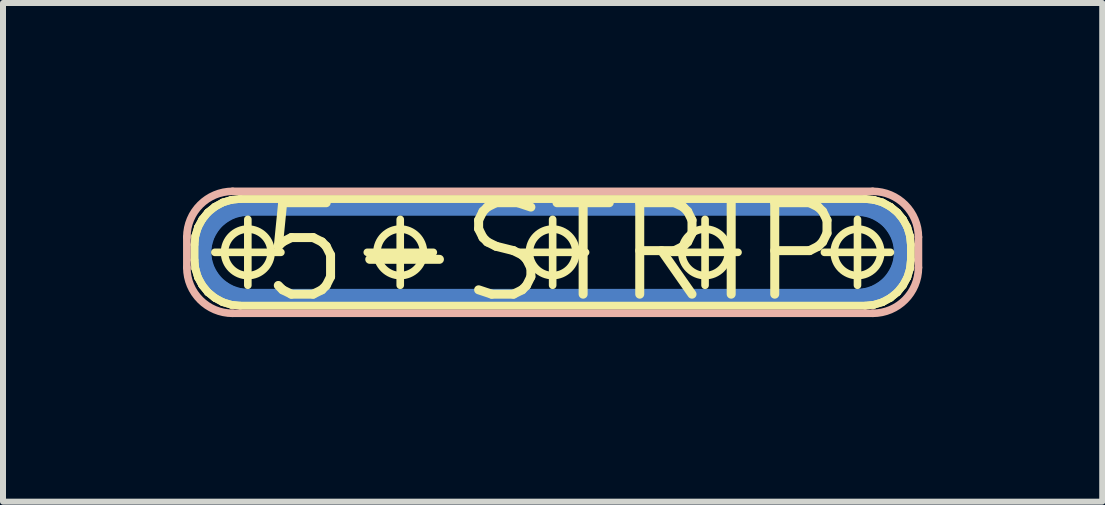
<source format=kicad_pcb>
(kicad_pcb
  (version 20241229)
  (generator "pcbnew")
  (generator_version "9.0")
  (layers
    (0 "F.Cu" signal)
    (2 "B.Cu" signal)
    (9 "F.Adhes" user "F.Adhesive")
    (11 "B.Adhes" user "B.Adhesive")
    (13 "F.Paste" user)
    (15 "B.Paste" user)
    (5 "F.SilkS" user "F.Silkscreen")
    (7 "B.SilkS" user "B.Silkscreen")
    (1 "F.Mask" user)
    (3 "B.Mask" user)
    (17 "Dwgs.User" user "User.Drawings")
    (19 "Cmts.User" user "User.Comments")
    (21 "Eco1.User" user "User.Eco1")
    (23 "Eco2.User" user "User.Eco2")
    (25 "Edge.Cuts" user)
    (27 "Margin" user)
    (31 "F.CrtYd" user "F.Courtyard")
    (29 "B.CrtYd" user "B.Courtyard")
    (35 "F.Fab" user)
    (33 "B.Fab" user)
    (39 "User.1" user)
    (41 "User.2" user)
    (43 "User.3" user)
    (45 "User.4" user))
  (footprint "5-STRIP"
    (layer "F.Cu")
    (at 6.16 1.155)
    (property "Reference" "5-STRIP" (at 0 0 0) (layer "F.SilkS") (effects (font (size 1.524 1.524) (thickness 0.15))))
    (attr exclude_from_pos_files exclude_from_bom)
    (fp_line (start -5.842 0) (end -5.827 -0.147) (stroke (width 0.305) (type solid)) (layer "B.Cu"))
    (fp_line (start -5.827 -0.147) (end -5.784 -0.29) (stroke (width 0.305) (type solid)) (layer "B.Cu"))
    (fp_line (start -5.827 0.147) (end -5.842 0) (stroke (width 0.305) (type solid)) (layer "B.Cu"))
    (fp_line (start -5.784 -0.29) (end -5.712 -0.422) (stroke (width 0.305) (type solid)) (layer "B.Cu"))
    (fp_line (start -5.784 0.29) (end -5.827 0.147) (stroke (width 0.305) (type solid)) (layer "B.Cu"))
    (fp_line (start -5.712 -0.422) (end -5.618 -0.538) (stroke (width 0.305) (type solid)) (layer "B.Cu"))
    (fp_line (start -5.712 0.422) (end -5.784 0.29) (stroke (width 0.305) (type solid)) (layer "B.Cu"))
    (fp_line (start -5.618 -0.538) (end -5.502 -0.632) (stroke (width 0.305) (type solid)) (layer "B.Cu"))
    (fp_line (start -5.618 0.538) (end -5.712 0.422) (stroke (width 0.305) (type solid)) (layer "B.Cu"))
    (fp_line (start -5.502 -0.632) (end -5.37 -0.704) (stroke (width 0.305) (type solid)) (layer "B.Cu"))
    (fp_line (start -5.502 0.632) (end -5.618 0.538) (stroke (width 0.305) (type solid)) (layer "B.Cu"))
    (fp_line (start -5.37 -0.704) (end -5.227 -0.747) (stroke (width 0.305) (type solid)) (layer "B.Cu"))
    (fp_line (start -5.37 0.704) (end -5.502 0.632) (stroke (width 0.305) (type solid)) (layer "B.Cu"))
    (fp_line (start -5.227 -0.747) (end -5.08 -0.762) (stroke (width 0.305) (type solid)) (layer "B.Cu"))
    (fp_line (start -5.227 0.747) (end -5.37 0.704) (stroke (width 0.305) (type solid)) (layer "B.Cu"))
    (fp_line (start -5.08 -0.762) (end 5.08 -0.762) (stroke (width 0.305) (type solid)) (layer "B.Cu"))
    (fp_line (start -5.08 0.762) (end -5.227 0.747) (stroke (width 0.305) (type solid)) (layer "B.Cu"))
    (fp_line (start 5.08 -0.762) (end 5.227 -0.747) (stroke (width 0.305) (type solid)) (layer "B.Cu"))
    (fp_line (start 5.08 0.762) (end -5.08 0.762) (stroke (width 0.305) (type solid)) (layer "B.Cu"))
    (fp_line (start 5.227 -0.747) (end 5.37 -0.704) (stroke (width 0.305) (type solid)) (layer "B.Cu"))
    (fp_line (start 5.227 0.747) (end 5.08 0.762) (stroke (width 0.305) (type solid)) (layer "B.Cu"))
    (fp_line (start 5.37 -0.704) (end 5.502 -0.632) (stroke (width 0.305) (type solid)) (layer "B.Cu"))
    (fp_line (start 5.37 0.704) (end 5.227 0.747) (stroke (width 0.305) (type solid)) (layer "B.Cu"))
    (fp_line (start 5.502 -0.632) (end 5.618 -0.538) (stroke (width 0.305) (type solid)) (layer "B.Cu"))
    (fp_line (start 5.502 0.632) (end 5.37 0.704) (stroke (width 0.305) (type solid)) (layer "B.Cu"))
    (fp_line (start 5.618 -0.538) (end 5.712 -0.422) (stroke (width 0.305) (type solid)) (layer "B.Cu"))
    (fp_line (start 5.618 0.538) (end 5.502 0.632) (stroke (width 0.305) (type solid)) (layer "B.Cu"))
    (fp_line (start 5.712 -0.422) (end 5.784 -0.29) (stroke (width 0.305) (type solid)) (layer "B.Cu"))
    (fp_line (start 5.712 0.422) (end 5.618 0.538) (stroke (width 0.305) (type solid)) (layer "B.Cu"))
    (fp_line (start 5.784 -0.29) (end 5.827 -0.147) (stroke (width 0.305) (type solid)) (layer "B.Cu"))
    (fp_line (start 5.784 0.29) (end 5.712 0.422) (stroke (width 0.305) (type solid)) (layer "B.Cu"))
    (fp_line (start 5.827 -0.147) (end 5.842 0) (stroke (width 0.305) (type solid)) (layer "B.Cu"))
    (fp_line (start 5.827 0.147) (end 5.784 0.29) (stroke (width 0.305) (type solid)) (layer "B.Cu"))
    (fp_line (start 5.842 0) (end 5.827 0.147) (stroke (width 0.305) (type solid)) (layer "B.Cu"))
    (fp_line (start -5.969 -0.127) (end -5.969 0.127) (stroke (width 0.127) (type solid)) (layer "F.SilkS"))
    (fp_line (start -5.969 -0.127) (end -5.954 -0.274) (stroke (width 0.127) (type solid)) (layer "F.SilkS"))
    (fp_line (start -5.969 0.127) (end -5.969 -0.127) (stroke (width 0.127) (type solid)) (layer "F.SilkS"))
    (fp_line (start -5.969 0.127) (end -5.954 0.274) (stroke (width 0.127) (type solid)) (layer "F.SilkS"))
    (fp_line (start -5.954 -0.274) (end -5.969 -0.127) (stroke (width 0.127) (type solid)) (layer "F.SilkS"))
    (fp_line (start -5.954 -0.274) (end -5.911 -0.417) (stroke (width 0.127) (type solid)) (layer "F.SilkS"))
    (fp_line (start -5.954 0.274) (end -5.969 0.127) (stroke (width 0.127) (type solid)) (layer "F.SilkS"))
    (fp_line (start -5.954 0.274) (end -5.911 0.417) (stroke (width 0.127) (type solid)) (layer "F.SilkS"))
    (fp_line (start -5.911 -0.417) (end -5.954 -0.274) (stroke (width 0.127) (type solid)) (layer "F.SilkS"))
    (fp_line (start -5.911 -0.417) (end -5.839 -0.549) (stroke (width 0.127) (type solid)) (layer "F.SilkS"))
    (fp_line (start -5.911 0.417) (end -5.954 0.274) (stroke (width 0.127) (type solid)) (layer "F.SilkS"))
    (fp_line (start -5.911 0.417) (end -5.839 0.549) (stroke (width 0.127) (type solid)) (layer "F.SilkS"))
    (fp_line (start -5.839 -0.549) (end -5.911 -0.417) (stroke (width 0.127) (type solid)) (layer "F.SilkS"))
    (fp_line (start -5.839 -0.549) (end -5.745 -0.665) (stroke (width 0.127) (type solid)) (layer "F.SilkS"))
    (fp_line (start -5.839 0.549) (end -5.911 0.417) (stroke (width 0.127) (type solid)) (layer "F.SilkS"))
    (fp_line (start -5.839 0.549) (end -5.745 0.665) (stroke (width 0.127) (type solid)) (layer "F.SilkS"))
    (fp_line (start -5.745 -0.665) (end -5.839 -0.549) (stroke (width 0.127) (type solid)) (layer "F.SilkS"))
    (fp_line (start -5.745 -0.665) (end -5.629 -0.759) (stroke (width 0.127) (type solid)) (layer "F.SilkS"))
    (fp_line (start -5.745 0.665) (end -5.839 0.549) (stroke (width 0.127) (type solid)) (layer "F.SilkS"))
    (fp_line (start -5.745 0.665) (end -5.629 0.759) (stroke (width 0.127) (type solid)) (layer "F.SilkS"))
    (fp_line (start -5.629 -0.759) (end -5.745 -0.665) (stroke (width 0.127) (type solid)) (layer "F.SilkS"))
    (fp_line (start -5.629 -0.759) (end -5.497 -0.831) (stroke (width 0.127) (type solid)) (layer "F.SilkS"))
    (fp_line (start -5.629 0) (end -4.529 0) (stroke (width 0.127) (type solid)) (layer "F.SilkS"))
    (fp_line (start -5.629 0.759) (end -5.745 0.665) (stroke (width 0.127) (type solid)) (layer "F.SilkS"))
    (fp_line (start -5.629 0.759) (end -5.497 0.831) (stroke (width 0.127) (type solid)) (layer "F.SilkS"))
    (fp_line (start -5.497 -0.831) (end -5.629 -0.759) (stroke (width 0.127) (type solid)) (layer "F.SilkS"))
    (fp_line (start -5.497 -0.831) (end -5.354 -0.874) (stroke (width 0.127) (type solid)) (layer "F.SilkS"))
    (fp_line (start -5.497 0.831) (end -5.629 0.759) (stroke (width 0.127) (type solid)) (layer "F.SilkS"))
    (fp_line (start -5.497 0.831) (end -5.354 0.874) (stroke (width 0.127) (type solid)) (layer "F.SilkS"))
    (fp_line (start -5.354 -0.874) (end -5.497 -0.831) (stroke (width 0.127) (type solid)) (layer "F.SilkS"))
    (fp_line (start -5.354 -0.874) (end -5.207 -0.889) (stroke (width 0.127) (type solid)) (layer "F.SilkS"))
    (fp_line (start -5.354 0.874) (end -5.497 0.831) (stroke (width 0.127) (type solid)) (layer "F.SilkS"))
    (fp_line (start -5.354 0.874) (end -5.207 0.889) (stroke (width 0.127) (type solid)) (layer "F.SilkS"))
    (fp_line (start -5.207 -0.889) (end -5.354 -0.874) (stroke (width 0.127) (type solid)) (layer "F.SilkS"))
    (fp_line (start -5.207 -0.889) (end 5.207 -0.889) (stroke (width 0.127) (type solid)) (layer "F.SilkS"))
    (fp_line (start -5.207 0.889) (end -5.354 0.874) (stroke (width 0.127) (type solid)) (layer "F.SilkS"))
    (fp_line (start -5.207 0.889) (end 5.207 0.889) (stroke (width 0.127) (type solid)) (layer "F.SilkS"))
    (fp_line (start -5.08 0.549) (end -5.08 -0.549) (stroke (width 0.127) (type solid)) (layer "F.SilkS"))
    (fp_line (start -3.089 0) (end -1.989 0) (stroke (width 0.127) (type solid)) (layer "F.SilkS"))
    (fp_line (start -2.54 0.549) (end -2.54 -0.549) (stroke (width 0.127) (type solid)) (layer "F.SilkS"))
    (fp_line (start -0.549 0) (end 0.549 0) (stroke (width 0.127) (type solid)) (layer "F.SilkS"))
    (fp_line (start 0 0.549) (end 0 -0.549) (stroke (width 0.127) (type solid)) (layer "F.SilkS"))
    (fp_line (start 1.989 0) (end 3.089 0) (stroke (width 0.127) (type solid)) (layer "F.SilkS"))
    (fp_line (start 2.54 0.549) (end 2.54 -0.549) (stroke (width 0.127) (type solid)) (layer "F.SilkS"))
    (fp_line (start 4.529 0) (end 5.629 0) (stroke (width 0.127) (type solid)) (layer "F.SilkS"))
    (fp_line (start 5.08 0.549) (end 5.08 -0.549) (stroke (width 0.127) (type solid)) (layer "F.SilkS"))
    (fp_line (start 5.207 -0.889) (end -5.207 -0.889) (stroke (width 0.127) (type solid)) (layer "F.SilkS"))
    (fp_line (start 5.207 -0.889) (end 5.354 -0.874) (stroke (width 0.127) (type solid)) (layer "F.SilkS"))
    (fp_line (start 5.207 0.889) (end -5.207 0.889) (stroke (width 0.127) (type solid)) (layer "F.SilkS"))
    (fp_line (start 5.207 0.889) (end 5.354 0.874) (stroke (width 0.127) (type solid)) (layer "F.SilkS"))
    (fp_line (start 5.354 -0.874) (end 5.207 -0.889) (stroke (width 0.127) (type solid)) (layer "F.SilkS"))
    (fp_line (start 5.354 -0.874) (end 5.497 -0.831) (stroke (width 0.127) (type solid)) (layer "F.SilkS"))
    (fp_line (start 5.354 0.874) (end 5.207 0.889) (stroke (width 0.127) (type solid)) (layer "F.SilkS"))
    (fp_line (start 5.354 0.874) (end 5.497 0.831) (stroke (width 0.127) (type solid)) (layer "F.SilkS"))
    (fp_line (start 5.497 -0.831) (end 5.354 -0.874) (stroke (width 0.127) (type solid)) (layer "F.SilkS"))
    (fp_line (start 5.497 -0.831) (end 5.629 -0.759) (stroke (width 0.127) (type solid)) (layer "F.SilkS"))
    (fp_line (start 5.497 0.831) (end 5.354 0.874) (stroke (width 0.127) (type solid)) (layer "F.SilkS"))
    (fp_line (start 5.497 0.831) (end 5.629 0.759) (stroke (width 0.127) (type solid)) (layer "F.SilkS"))
    (fp_line (start 5.629 -0.759) (end 5.497 -0.831) (stroke (width 0.127) (type solid)) (layer "F.SilkS"))
    (fp_line (start 5.629 -0.759) (end 5.745 -0.665) (stroke (width 0.127) (type solid)) (layer "F.SilkS"))
    (fp_line (start 5.629 0.759) (end 5.497 0.831) (stroke (width 0.127) (type solid)) (layer "F.SilkS"))
    (fp_line (start 5.629 0.759) (end 5.745 0.665) (stroke (width 0.127) (type solid)) (layer "F.SilkS"))
    (fp_line (start 5.745 -0.665) (end 5.629 -0.759) (stroke (width 0.127) (type solid)) (layer "F.SilkS"))
    (fp_line (start 5.745 -0.665) (end 5.839 -0.549) (stroke (width 0.127) (type solid)) (layer "F.SilkS"))
    (fp_line (start 5.745 0.665) (end 5.629 0.759) (stroke (width 0.127) (type solid)) (layer "F.SilkS"))
    (fp_line (start 5.745 0.665) (end 5.839 0.549) (stroke (width 0.127) (type solid)) (layer "F.SilkS"))
    (fp_line (start 5.839 -0.549) (end 5.745 -0.665) (stroke (width 0.127) (type solid)) (layer "F.SilkS"))
    (fp_line (start 5.839 -0.549) (end 5.911 -0.417) (stroke (width 0.127) (type solid)) (layer "F.SilkS"))
    (fp_line (start 5.839 0.549) (end 5.745 0.665) (stroke (width 0.127) (type solid)) (layer "F.SilkS"))
    (fp_line (start 5.839 0.549) (end 5.911 0.417) (stroke (width 0.127) (type solid)) (layer "F.SilkS"))
    (fp_line (start 5.911 -0.417) (end 5.839 -0.549) (stroke (width 0.127) (type solid)) (layer "F.SilkS"))
    (fp_line (start 5.911 -0.417) (end 5.954 -0.274) (stroke (width 0.127) (type solid)) (layer "F.SilkS"))
    (fp_line (start 5.911 0.417) (end 5.839 0.549) (stroke (width 0.127) (type solid)) (layer "F.SilkS"))
    (fp_line (start 5.911 0.417) (end 5.954 0.274) (stroke (width 0.127) (type solid)) (layer "F.SilkS"))
    (fp_line (start 5.954 -0.274) (end 5.911 -0.417) (stroke (width 0.127) (type solid)) (layer "F.SilkS"))
    (fp_line (start 5.954 -0.274) (end 5.969 -0.127) (stroke (width 0.127) (type solid)) (layer "F.SilkS"))
    (fp_line (start 5.954 0.274) (end 5.911 0.417) (stroke (width 0.127) (type solid)) (layer "F.SilkS"))
    (fp_line (start 5.954 0.274) (end 5.969 0.127) (stroke (width 0.127) (type solid)) (layer "F.SilkS"))
    (fp_line (start 5.969 -0.127) (end 5.954 -0.274) (stroke (width 0.127) (type solid)) (layer "F.SilkS"))
    (fp_line (start 5.969 -0.127) (end 5.969 0.127) (stroke (width 0.127) (type solid)) (layer "F.SilkS"))
    (fp_line (start 5.969 0.127) (end 5.954 0.274) (stroke (width 0.127) (type solid)) (layer "F.SilkS"))
    (fp_line (start 5.969 0.127) (end 5.969 -0.127) (stroke (width 0.127) (type solid)) (layer "F.SilkS"))
    (fp_circle (center -5.08 0) (end -5.354 0.274) (stroke (width 0.127) (type solid)) (fill no) (layer "F.SilkS"))
    (fp_circle (center -2.54 0) (end -2.814 0.274) (stroke (width 0.127) (type solid)) (fill no) (layer "F.SilkS"))
    (fp_circle (center 0 0) (end -0.274 0.274) (stroke (width 0.127) (type solid)) (fill no) (layer "F.SilkS"))
    (fp_circle (center 2.54 0) (end 2.814 0.274) (stroke (width 0.127) (type solid)) (fill no) (layer "F.SilkS"))
    (fp_circle (center 5.08 0) (end 5.354 0.274) (stroke (width 0.127) (type solid)) (fill no) (layer "F.SilkS"))
    (fp_line (start -6.096 0.254) (end -6.096 -0.254) (stroke (width 0.127) (type solid)) (layer "B.SilkS"))
    (fp_line (start -5.334 -1.016) (end 5.334 -1.016) (stroke (width 0.127) (type solid)) (layer "B.SilkS"))
    (fp_line (start 5.334 1.016) (end -5.334 1.016) (stroke (width 0.127) (type solid)) (layer "B.SilkS"))
    (fp_line (start 6.096 -0.254) (end 6.096 0.254) (stroke (width 0.127) (type solid)) (layer "B.SilkS"))
    (fp_arc (start -6.096 -0.254) (mid -5.872815 -0.792815) (end -5.334 -1.016) (stroke (width 0.127) (type solid)) (layer "B.SilkS"))
    (fp_arc (start -5.334 1.016) (mid -5.872815 0.792815) (end -6.096 0.254) (stroke (width 0.127) (type solid)) (layer "B.SilkS"))
    (fp_arc (start 5.334 -1.016) (mid 5.872815 -0.792815) (end 6.096 -0.254) (stroke (width 0.127) (type solid)) (layer "B.SilkS"))
    (fp_arc (start 6.096 0.254) (mid 5.872815 0.792815) (end 5.334 1.016) (stroke (width 0.127) (type solid)) (layer "B.SilkS"))
    (fp_line (start -5.842 0) (end -5.827 0.147) (stroke (width 0.305) (type solid)) (layer "B.Adhes"))
    (fp_line (start -5.827 -0.147) (end -5.842 0) (stroke (width 0.305) (type solid)) (layer "B.Adhes"))
    (fp_line (start -5.827 0.147) (end -5.784 0.29) (stroke (width 0.305) (type solid)) (layer "B.Adhes"))
    (fp_line (start -5.784 -0.29) (end -5.827 -0.147) (stroke (width 0.305) (type solid)) (layer "B.Adhes"))
    (fp_line (start -5.784 0.29) (end -5.712 0.422) (stroke (width 0.305) (type solid)) (layer "B.Adhes"))
    (fp_line (start -5.712 -0.422) (end -5.784 -0.29) (stroke (width 0.305) (type solid)) (layer "B.Adhes"))
    (fp_line (start -5.712 0.422) (end -5.618 0.538) (stroke (width 0.305) (type solid)) (layer "B.Adhes"))
    (fp_line (start -5.618 -0.538) (end -5.712 -0.422) (stroke (width 0.305) (type solid)) (layer "B.Adhes"))
    (fp_line (start -5.618 0.538) (end -5.502 0.632) (stroke (width 0.305) (type solid)) (layer "B.Adhes"))
    (fp_line (start -5.502 -0.632) (end -5.618 -0.538) (stroke (width 0.305) (type solid)) (layer "B.Adhes"))
    (fp_line (start -5.502 0.632) (end -5.37 0.704) (stroke (width 0.305) (type solid)) (layer "B.Adhes"))
    (fp_line (start -5.37 -0.704) (end -5.502 -0.632) (stroke (width 0.305) (type solid)) (layer "B.Adhes"))
    (fp_line (start -5.37 0.704) (end -5.227 0.747) (stroke (width 0.305) (type solid)) (layer "B.Adhes"))
    (fp_line (start -5.227 -0.747) (end -5.37 -0.704) (stroke (width 0.305) (type solid)) (layer "B.Adhes"))
    (fp_line (start -5.227 0.747) (end -5.08 0.762) (stroke (width 0.305) (type solid)) (layer "B.Adhes"))
    (fp_line (start -5.08 -0.762) (end -5.227 -0.747) (stroke (width 0.305) (type solid)) (layer "B.Adhes"))
    (fp_line (start -5.08 0.762) (end 5.08 0.762) (stroke (width 0.305) (type solid)) (layer "B.Adhes"))
    (fp_line (start 5.08 -0.762) (end -5.08 -0.762) (stroke (width 0.305) (type solid)) (layer "B.Adhes"))
    (fp_line (start 5.08 0.762) (end 5.227 0.747) (stroke (width 0.305) (type solid)) (layer "B.Adhes"))
    (fp_line (start 5.227 -0.747) (end 5.08 -0.762) (stroke (width 0.305) (type solid)) (layer "B.Adhes"))
    (fp_line (start 5.227 0.747) (end 5.37 0.704) (stroke (width 0.305) (type solid)) (layer "B.Adhes"))
    (fp_line (start 5.37 -0.704) (end 5.227 -0.747) (stroke (width 0.305) (type solid)) (layer "B.Adhes"))
    (fp_line (start 5.37 0.704) (end 5.502 0.632) (stroke (width 0.305) (type solid)) (layer "B.Adhes"))
    (fp_line (start 5.502 -0.632) (end 5.37 -0.704) (stroke (width 0.305) (type solid)) (layer "B.Adhes"))
    (fp_line (start 5.502 0.632) (end 5.618 0.538) (stroke (width 0.305) (type solid)) (layer "B.Adhes"))
    (fp_line (start 5.618 -0.538) (end 5.502 -0.632) (stroke (width 0.305) (type solid)) (layer "B.Adhes"))
    (fp_line (start 5.618 0.538) (end 5.712 0.422) (stroke (width 0.305) (type solid)) (layer "B.Adhes"))
    (fp_line (start 5.712 -0.422) (end 5.618 -0.538) (stroke (width 0.305) (type solid)) (layer "B.Adhes"))
    (fp_line (start 5.712 0.422) (end 5.784 0.29) (stroke (width 0.305) (type solid)) (layer "B.Adhes"))
    (fp_line (start 5.784 -0.29) (end 5.712 -0.422) (stroke (width 0.305) (type solid)) (layer "B.Adhes"))
    (fp_line (start 5.784 0.29) (end 5.827 0.147) (stroke (width 0.305) (type solid)) (layer "B.Adhes"))
    (fp_line (start 5.827 -0.147) (end 5.784 -0.29) (stroke (width 0.305) (type solid)) (layer "B.Adhes"))
    (fp_line (start 5.827 0.147) (end 5.842 0) (stroke (width 0.305) (type solid)) (layer "B.Adhes"))
    (fp_line (start 5.842 0) (end 5.827 -0.147) (stroke (width 0.305) (type solid)) (layer "B.Adhes")))
  (gr_rect
    (start -3 -3)
    (end 15.319 5.31)
    (stroke (width 0.1) (type default))
    (fill no)
    (layer "Edge.Cuts")))
</source>
